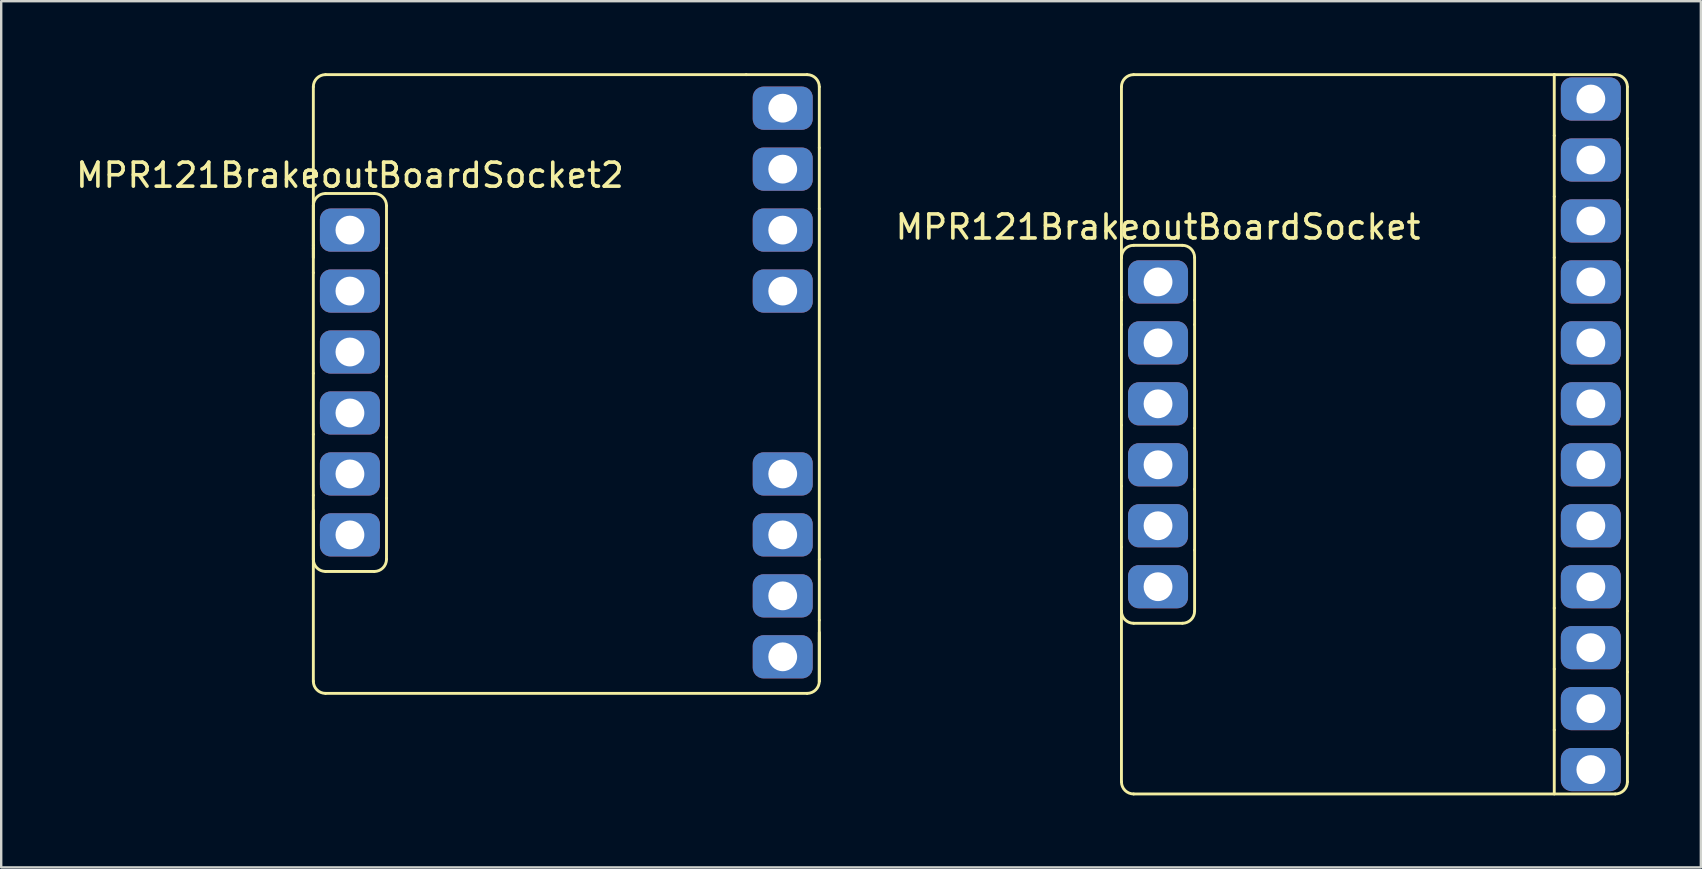
<source format=kicad_pcb>
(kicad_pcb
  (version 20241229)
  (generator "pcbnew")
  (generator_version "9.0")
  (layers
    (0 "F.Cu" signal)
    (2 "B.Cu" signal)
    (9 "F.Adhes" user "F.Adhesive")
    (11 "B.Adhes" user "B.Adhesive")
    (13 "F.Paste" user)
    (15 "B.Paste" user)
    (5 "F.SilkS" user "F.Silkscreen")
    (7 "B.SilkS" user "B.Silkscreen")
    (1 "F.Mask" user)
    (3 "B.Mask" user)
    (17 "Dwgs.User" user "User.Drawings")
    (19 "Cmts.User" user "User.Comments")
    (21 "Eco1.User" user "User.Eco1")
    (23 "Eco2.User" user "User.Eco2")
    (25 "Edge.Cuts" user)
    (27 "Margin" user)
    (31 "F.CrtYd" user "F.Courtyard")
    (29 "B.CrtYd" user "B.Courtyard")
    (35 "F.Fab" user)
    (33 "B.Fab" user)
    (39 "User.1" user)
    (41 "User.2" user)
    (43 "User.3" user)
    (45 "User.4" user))
  (footprint "MPR121BrakeoutBoardSocket"
    (layer "F.Cu")
    (at 45.201 8.696)
    (property "Reference" "MPR121BrakeoutBoardSocket" (at 0 -2.286 0) (layer "F.SilkS") (effects (font (size 1 1) (thickness 0.15))))
    (attr through_hole)
    (fp_line (start -1.524 -8.128) (end -1.524 -1.016) (stroke (width 0.12) (type solid)) (layer "F.SilkS"))
    (fp_line (start -1.524 0.635) (end -1.524 -1.016) (stroke (width 0.12) (type solid)) (layer "F.SilkS"))
    (fp_line (start -1.524 0.762) (end -1.524 0.635) (stroke (width 0.12) (type solid)) (layer "F.SilkS"))
    (fp_line (start -1.524 0.762) (end -1.524 1.778) (stroke (width 0.12) (type solid)) (layer "F.SilkS"))
    (fp_line (start -1.524 5.969) (end -1.524 1.778) (stroke (width 0.12) (type solid)) (layer "F.SilkS"))
    (fp_line (start -1.524 8.509) (end -1.524 5.969) (stroke (width 0.12) (type solid)) (layer "F.SilkS"))
    (fp_line (start -1.524 11.049) (end -1.524 8.509) (stroke (width 0.12) (type solid)) (layer "F.SilkS"))
    (fp_line (start -1.524 11.049) (end -1.524 13.716) (stroke (width 0.12) (type solid)) (layer "F.SilkS"))
    (fp_line (start -1.524 20.828) (end -1.524 13.716) (stroke (width 0.12) (type solid)) (layer "F.SilkS"))
    (fp_line (start -1.016 -8.636) (end 16.51 -8.636) (stroke (width 0.12) (type solid)) (layer "F.SilkS"))
    (fp_line (start -1.016 -1.524) (end 1.016 -1.524) (stroke (width 0.12) (type solid)) (layer "F.SilkS"))
    (fp_line (start -1.016 14.224) (end 1.016 14.224) (stroke (width 0.12) (type solid)) (layer "F.SilkS"))
    (fp_line (start -1.016 21.336) (end 19.05 21.336) (stroke (width 0.12) (type solid)) (layer "F.SilkS"))
    (fp_line (start 1.524 -1.016) (end 1.524 0.762) (stroke (width 0.12) (type solid)) (layer "F.SilkS"))
    (fp_line (start 1.524 0.762) (end 1.524 1.778) (stroke (width 0.12) (type solid)) (layer "F.SilkS"))
    (fp_line (start 1.524 6.096) (end 1.524 1.778) (stroke (width 0.12) (type solid)) (layer "F.SilkS"))
    (fp_line (start 1.524 8.636) (end 1.524 6.096) (stroke (width 0.12) (type solid)) (layer "F.SilkS"))
    (fp_line (start 1.524 11.176) (end 1.524 8.636) (stroke (width 0.12) (type solid)) (layer "F.SilkS"))
    (fp_line (start 1.524 13.716) (end 1.524 11.176) (stroke (width 0.12) (type solid)) (layer "F.SilkS"))
    (fp_line (start 16.51 -8.636) (end 16.51 -6.096) (stroke (width 0.12) (type solid)) (layer "F.SilkS"))
    (fp_line (start 16.51 -8.636) (end 19.05 -8.636) (stroke (width 0.12) (type solid)) (layer "F.SilkS"))
    (fp_line (start 16.51 -6.096) (end 16.51 -3.556) (stroke (width 0.12) (type solid)) (layer "F.SilkS"))
    (fp_line (start 16.51 -3.556) (end 16.51 -1.016) (stroke (width 0.12) (type solid)) (layer "F.SilkS"))
    (fp_line (start 16.51 13.589) (end 16.51 -1.016) (stroke (width 0.12) (type solid)) (layer "F.SilkS"))
    (fp_line (start 16.51 16.129) (end 16.51 13.589) (stroke (width 0.12) (type solid)) (layer "F.SilkS"))
    (fp_line (start 16.51 18.669) (end 16.51 16.129) (stroke (width 0.12) (type solid)) (layer "F.SilkS"))
    (fp_line (start 16.51 18.669) (end 16.51 21.336) (stroke (width 0.12) (type solid)) (layer "F.SilkS"))
    (fp_line (start 19.558 -8.128) (end 19.558 -5.969) (stroke (width 0.12) (type solid)) (layer "F.SilkS"))
    (fp_line (start 19.558 -5.969) (end 19.558 -3.429) (stroke (width 0.12) (type solid)) (layer "F.SilkS"))
    (fp_line (start 19.558 -3.429) (end 19.558 -0.889) (stroke (width 0.12) (type solid)) (layer "F.SilkS"))
    (fp_line (start 19.558 -0.889) (end 19.558 13.716) (stroke (width 0.12) (type solid)) (layer "F.SilkS"))
    (fp_line (start 19.558 16.256) (end 19.558 13.716) (stroke (width 0.12) (type solid)) (layer "F.SilkS"))
    (fp_line (start 19.558 18.796) (end 19.558 16.256) (stroke (width 0.12) (type solid)) (layer "F.SilkS"))
    (fp_line (start 19.558 20.828) (end 19.558 18.796) (stroke (width 0.12) (type solid)) (layer "F.SilkS"))
    (fp_arc (start -1.524 -8.128) (mid -1.37521 -8.48721) (end -1.016 -8.636) (stroke (width 0.12) (type solid)) (layer "F.SilkS"))
    (fp_arc (start -1.524 -1.016) (mid -1.37521 -1.37521) (end -1.016 -1.524) (stroke (width 0.12) (type solid)) (layer "F.SilkS"))
    (fp_arc (start -1.016 14.224) (mid -1.37521 14.07521) (end -1.524 13.716) (stroke (width 0.12) (type solid)) (layer "F.SilkS"))
    (fp_arc (start -1.016 21.336) (mid -1.37521 21.18721) (end -1.524 20.828) (stroke (width 0.12) (type solid)) (layer "F.SilkS"))
    (fp_arc (start 1.016 -1.524) (mid 1.37521 -1.37521) (end 1.524 -1.016) (stroke (width 0.12) (type solid)) (layer "F.SilkS"))
    (fp_arc (start 1.524 13.716) (mid 1.37521 14.07521) (end 1.016 14.224) (stroke (width 0.12) (type solid)) (layer "F.SilkS"))
    (fp_arc (start 19.05 -8.636) (mid 19.40921 -8.48721) (end 19.558 -8.128) (stroke (width 0.12) (type solid)) (layer "F.SilkS"))
    (fp_arc (start 19.558 20.828) (mid 19.40921 21.18721) (end 19.05 21.336) (stroke (width 0.12) (type solid)) (layer "F.SilkS"))
    (pad "1" thru_hole roundrect (at 0 0) (size 2.5 1.8) (drill 1.2) (layers "*.Cu" "*.Mask") (roundrect_rratio 0.25))
    (pad "2" thru_hole roundrect (at 0 2.54) (size 2.5 1.8) (drill 1.2) (layers "*.Cu" "*.Mask") (roundrect_rratio 0.25))
    (pad "3" thru_hole roundrect (at 0 5.08) (size 2.5 1.8) (drill 1.2) (layers "*.Cu" "*.Mask") (roundrect_rratio 0.25))
    (pad "4" thru_hole roundrect (at 0 7.62) (size 2.5 1.8) (drill 1.2) (layers "*.Cu" "*.Mask") (roundrect_rratio 0.25))
    (pad "5" thru_hole roundrect (at 0 10.16) (size 2.5 1.8) (drill 1.2) (layers "*.Cu" "*.Mask") (roundrect_rratio 0.25))
    (pad "6" thru_hole roundrect (at 0 12.7) (size 2.5 1.8) (drill 1.2) (layers "*.Cu" "*.Mask") (roundrect_rratio 0.25))
    (pad "7" thru_hole roundrect (at 18.034 20.32) (size 2.5 1.8) (drill 1.2) (layers "*.Cu" "*.Mask") (roundrect_rratio 0.25))
    (pad "8" thru_hole roundrect (at 18.034 17.78) (size 2.5 1.8) (drill 1.2) (layers "*.Cu" "*.Mask") (roundrect_rratio 0.25))
    (pad "9" thru_hole roundrect (at 18.034 15.24) (size 2.5 1.8) (drill 1.2) (layers "*.Cu" "*.Mask") (roundrect_rratio 0.25))
    (pad "10" thru_hole roundrect (at 18.034 12.7) (size 2.5 1.8) (drill 1.2) (layers "*.Cu" "*.Mask") (roundrect_rratio 0.25))
    (pad "11" thru_hole roundrect (at 18.034 10.16) (size 2.5 1.8) (drill 1.2) (layers "*.Cu" "*.Mask") (roundrect_rratio 0.25))
    (pad "12" thru_hole roundrect (at 18.034 7.62) (size 2.5 1.8) (drill 1.2) (layers "*.Cu" "*.Mask") (roundrect_rratio 0.25))
    (pad "13" thru_hole roundrect (at 18.034 5.08) (size 2.5 1.8) (drill 1.2) (layers "*.Cu" "*.Mask") (roundrect_rratio 0.25))
    (pad "14" thru_hole roundrect (at 18.034 2.54) (size 2.5 1.8) (drill 1.2) (layers "*.Cu" "*.Mask") (roundrect_rratio 0.25))
    (pad "15" thru_hole roundrect (at 18.034 0) (size 2.5 1.8) (drill 1.2) (layers "*.Cu" "*.Mask") (roundrect_rratio 0.25))
    (pad "16" thru_hole roundrect (at 18.034 -2.54) (size 2.5 1.8) (drill 1.2) (layers "*.Cu" "*.Mask") (roundrect_rratio 0.25))
    (pad "17" thru_hole roundrect (at 18.034 -5.08) (size 2.5 1.8) (drill 1.2) (layers "*.Cu" "*.Mask") (roundrect_rratio 0.25))
    (pad "18" thru_hole roundrect (at 18.034 -7.62) (size 2.5 1.8) (drill 1.2) (layers "*.Cu" "*.Mask") (roundrect_rratio 0.25)))
  (footprint "MPR121BrakeoutBoardSocket2"
    (layer "F.Cu")
    (at 11.53 6.537)
    (property "Reference" "MPR121BrakeoutBoardSocket2" (at 0 -2.286 0) (layer "F.SilkS") (effects (font (size 1 1) (thickness 0.15))))
    (attr through_hole)
    (fp_line (start -1.524 -5.969) (end -1.524 1.143) (stroke (width 0.12) (type solid)) (layer "F.SilkS"))
    (fp_line (start -1.524 0.635) (end -1.524 -1.016) (stroke (width 0.12) (type solid)) (layer "F.SilkS"))
    (fp_line (start -1.524 0.762) (end -1.524 0.635) (stroke (width 0.12) (type solid)) (layer "F.SilkS"))
    (fp_line (start -1.524 0.762) (end -1.524 1.778) (stroke (width 0.12) (type solid)) (layer "F.SilkS"))
    (fp_line (start -1.524 5.969) (end -1.524 1.778) (stroke (width 0.12) (type solid)) (layer "F.SilkS"))
    (fp_line (start -1.524 8.509) (end -1.524 5.969) (stroke (width 0.12) (type solid)) (layer "F.SilkS"))
    (fp_line (start -1.524 11.049) (end -1.524 8.509) (stroke (width 0.12) (type solid)) (layer "F.SilkS"))
    (fp_line (start -1.524 11.049) (end -1.524 13.716) (stroke (width 0.12) (type solid)) (layer "F.SilkS"))
    (fp_line (start -1.524 18.796) (end -1.524 11.684) (stroke (width 0.12) (type solid)) (layer "F.SilkS"))
    (fp_line (start -1.016 -6.477) (end 16.51 -6.477) (stroke (width 0.12) (type solid)) (layer "F.SilkS"))
    (fp_line (start -1.016 -1.524) (end 1.016 -1.524) (stroke (width 0.12) (type solid)) (layer "F.SilkS"))
    (fp_line (start -1.016 14.224) (end 1.016 14.224) (stroke (width 0.12) (type solid)) (layer "F.SilkS"))
    (fp_line (start -1.016 19.304) (end 19.05 19.304) (stroke (width 0.12) (type solid)) (layer "F.SilkS"))
    (fp_line (start 1.524 -1.016) (end 1.524 0.762) (stroke (width 0.12) (type solid)) (layer "F.SilkS"))
    (fp_line (start 1.524 0.762) (end 1.524 1.778) (stroke (width 0.12) (type solid)) (layer "F.SilkS"))
    (fp_line (start 1.524 6.096) (end 1.524 1.778) (stroke (width 0.12) (type solid)) (layer "F.SilkS"))
    (fp_line (start 1.524 8.636) (end 1.524 6.096) (stroke (width 0.12) (type solid)) (layer "F.SilkS"))
    (fp_line (start 1.524 11.176) (end 1.524 8.636) (stroke (width 0.12) (type solid)) (layer "F.SilkS"))
    (fp_line (start 1.524 13.716) (end 1.524 11.176) (stroke (width 0.12) (type solid)) (layer "F.SilkS"))
    (fp_line (start 16.51 -6.477) (end 19.05 -6.477) (stroke (width 0.12) (type solid)) (layer "F.SilkS"))
    (fp_line (start 19.558 -5.969) (end 19.558 -3.429) (stroke (width 0.12) (type solid)) (layer "F.SilkS"))
    (fp_line (start 19.558 -3.429) (end 19.558 -0.889) (stroke (width 0.12) (type solid)) (layer "F.SilkS"))
    (fp_line (start 19.558 -0.889) (end 19.558 13.716) (stroke (width 0.12) (type solid)) (layer "F.SilkS"))
    (fp_line (start 19.558 16.256) (end 19.558 13.716) (stroke (width 0.12) (type solid)) (layer "F.SilkS"))
    (fp_line (start 19.558 18.796) (end 19.558 16.256) (stroke (width 0.12) (type solid)) (layer "F.SilkS"))
    (fp_line (start 19.558 18.796) (end 19.558 16.764) (stroke (width 0.12) (type solid)) (layer "F.SilkS"))
    (fp_arc (start -1.524 -5.969) (mid -1.37521 -6.32821) (end -1.016 -6.477) (stroke (width 0.12) (type solid)) (layer "F.SilkS"))
    (fp_arc (start -1.524 -1.016) (mid -1.37521 -1.37521) (end -1.016 -1.524) (stroke (width 0.12) (type solid)) (layer "F.SilkS"))
    (fp_arc (start -1.016 14.224) (mid -1.37521 14.07521) (end -1.524 13.716) (stroke (width 0.12) (type solid)) (layer "F.SilkS"))
    (fp_arc (start -1.016 19.304) (mid -1.37521 19.15521) (end -1.524 18.796) (stroke (width 0.12) (type solid)) (layer "F.SilkS"))
    (fp_arc (start 1.016 -1.524) (mid 1.37521 -1.37521) (end 1.524 -1.016) (stroke (width 0.12) (type solid)) (layer "F.SilkS"))
    (fp_arc (start 1.524 13.716) (mid 1.37521 14.07521) (end 1.016 14.224) (stroke (width 0.12) (type solid)) (layer "F.SilkS"))
    (fp_arc (start 19.05 -6.477) (mid 19.40921 -6.32821) (end 19.558 -5.969) (stroke (width 0.12) (type solid)) (layer "F.SilkS"))
    (fp_arc (start 19.558 18.796) (mid 19.40921 19.15521) (end 19.05 19.304) (stroke (width 0.12) (type solid)) (layer "F.SilkS"))
    (pad "1" thru_hole roundrect (at 0 0) (size 2.5 1.8) (drill 1.2) (layers "*.Cu" "*.Mask") (roundrect_rratio 0.25))
    (pad "2" thru_hole roundrect (at 0 2.54) (size 2.5 1.8) (drill 1.2) (layers "*.Cu" "*.Mask") (roundrect_rratio 0.25))
    (pad "3" thru_hole roundrect (at 0 5.08) (size 2.5 1.8) (drill 1.2) (layers "*.Cu" "*.Mask") (roundrect_rratio 0.25))
    (pad "4" thru_hole roundrect (at 0 7.62) (size 2.5 1.8) (drill 1.2) (layers "*.Cu" "*.Mask") (roundrect_rratio 0.25))
    (pad "5" thru_hole roundrect (at 0 10.16) (size 2.5 1.8) (drill 1.2) (layers "*.Cu" "*.Mask") (roundrect_rratio 0.25))
    (pad "6" thru_hole roundrect (at 0 12.7) (size 2.5 1.8) (drill 1.2) (layers "*.Cu" "*.Mask") (roundrect_rratio 0.25))
    (pad "8" thru_hole roundrect (at 18.034 17.78) (size 2.5 1.8) (drill 1.2) (layers "*.Cu" "*.Mask") (roundrect_rratio 0.25))
    (pad "9" thru_hole roundrect (at 18.034 15.24) (size 2.5 1.8) (drill 1.2) (layers "*.Cu" "*.Mask") (roundrect_rratio 0.25))
    (pad "10" thru_hole roundrect (at 18.034 12.7) (size 2.5 1.8) (drill 1.2) (layers "*.Cu" "*.Mask") (roundrect_rratio 0.25))
    (pad "11" thru_hole roundrect (at 18.034 10.16) (size 2.5 1.8) (drill 1.2) (layers "*.Cu" "*.Mask") (roundrect_rratio 0.25))
    (pad "14" thru_hole roundrect (at 18.034 2.54) (size 2.5 1.8) (drill 1.2) (layers "*.Cu" "*.Mask") (roundrect_rratio 0.25))
    (pad "15" thru_hole roundrect (at 18.034 0) (size 2.5 1.8) (drill 1.2) (layers "*.Cu" "*.Mask") (roundrect_rratio 0.25))
    (pad "16" thru_hole roundrect (at 18.034 -2.54) (size 2.5 1.8) (drill 1.2) (layers "*.Cu" "*.Mask") (roundrect_rratio 0.25))
    (pad "17" thru_hole roundrect (at 18.034 -5.08) (size 2.5 1.8) (drill 1.2) (layers "*.Cu" "*.Mask") (roundrect_rratio 0.25)))
  (gr_rect
    (start -3 -3)
    (end 67.819 33.092)
    (stroke (width 0.1) (type default))
    (fill no)
    (layer "Edge.Cuts")))
</source>
